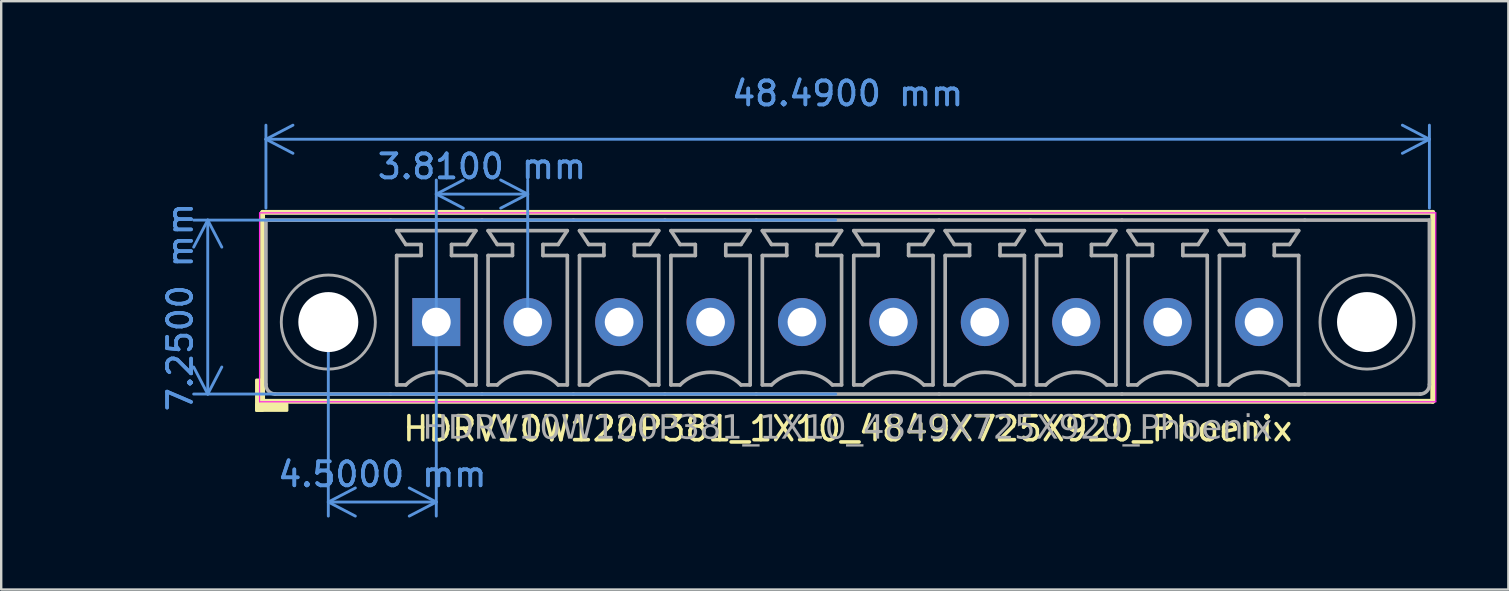
<source format=kicad_pcb>
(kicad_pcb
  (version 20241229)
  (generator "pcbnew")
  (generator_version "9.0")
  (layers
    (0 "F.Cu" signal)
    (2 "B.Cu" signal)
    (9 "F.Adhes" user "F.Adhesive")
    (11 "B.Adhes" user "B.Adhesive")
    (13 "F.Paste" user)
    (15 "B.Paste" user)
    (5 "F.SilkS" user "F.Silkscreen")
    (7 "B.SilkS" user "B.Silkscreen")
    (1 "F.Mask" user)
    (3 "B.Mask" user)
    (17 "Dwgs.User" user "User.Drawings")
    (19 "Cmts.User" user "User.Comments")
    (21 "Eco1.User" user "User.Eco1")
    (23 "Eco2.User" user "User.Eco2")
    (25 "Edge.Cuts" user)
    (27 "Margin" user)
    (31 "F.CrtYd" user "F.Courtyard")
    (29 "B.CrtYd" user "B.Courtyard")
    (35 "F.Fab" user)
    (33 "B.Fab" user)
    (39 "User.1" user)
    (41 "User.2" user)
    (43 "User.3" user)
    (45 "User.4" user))
  (footprint "HDRV10W120P381_1X10_4849X725X920_Phoenix"
    (layer "F.Cu")
    (at 32.278 10.373)
    (property "Reference" "HDRV10W120P381_1X10_4849X725X920_Phoenix" (at 0 4.445 0) (layer "F.SilkS") (effects (font (size 1 1) (thickness 0.15))))
    (attr through_hole)
    (fp_line (start -24.384 -4.572) (end -24.384 3.302) (stroke (width 0.203) (type solid)) (layer "F.SilkS"))
    (fp_line (start -24.384 3.302) (end 24.384 3.302) (stroke (width 0.203) (type solid)) (layer "F.SilkS"))
    (fp_line (start 24.384 -4.572) (end -24.384 -4.572) (stroke (width 0.203) (type solid)) (layer "F.SilkS"))
    (fp_line (start 24.384 -4.572) (end 24.384 3.302) (stroke (width 0.203) (type solid)) (layer "F.SilkS"))
    (fp_rect (start -24.384 2.413) (end -24.638 3.683) (stroke (width 0.12) (type solid)) (fill yes) (layer "F.SilkS"))
    (fp_rect (start -23.368 3.683) (end -24.638 3.429) (stroke (width 0.12) (type solid)) (fill yes) (layer "F.SilkS"))
    (fp_line (start -24.511 3.322) (end -24.511 -4.552) (stroke (width 0.05) (type solid)) (layer "F.CrtYd"))
    (fp_line (start 24.511 -4.552) (end -24.511 -4.552) (stroke (width 0.05) (type solid)) (layer "F.CrtYd"))
    (fp_line (start 24.511 3.322) (end -24.511 3.322) (stroke (width 0.05) (type solid)) (layer "F.CrtYd"))
    (fp_line (start 24.511 3.322) (end 24.511 -4.552) (stroke (width 0.05) (type solid)) (layer "F.CrtYd"))
    (fp_line (start -24.245 -4.25) (end -24.245 2.6) (stroke (width 0.152) (type solid)) (layer "F.Fab"))
    (fp_line (start -24.245 -4.25) (end -19.05 -4.25) (stroke (width 0.152) (type solid)) (layer "F.Fab"))
    (fp_line (start -19.05 3) (end -23.864 3) (stroke (width 0.152) (type solid)) (layer "F.Fab"))
    (fp_line (start -18.796 -3.81) (end -15.494 -3.81) (stroke (width 0.152) (type default)) (layer "F.Fab"))
    (fp_line (start -18.796 -2.774) (end -17.78 -2.774) (stroke (width 0.152) (type default)) (layer "F.Fab"))
    (fp_line (start -18.796 2.619) (end -18.796 -2.774) (stroke (width 0.152) (type default)) (layer "F.Fab"))
    (fp_line (start -18.415 -3.234) (end -18.796 -3.81) (stroke (width 0.152) (type default)) (layer "F.Fab"))
    (fp_line (start -18.415 2.619) (end -18.796 2.619) (stroke (width 0.152) (type default)) (layer "F.Fab"))
    (fp_line (start -17.78 -3.234) (end -18.415 -3.234) (stroke (width 0.152) (type default)) (layer "F.Fab"))
    (fp_line (start -17.78 -2.774) (end -17.78 -3.234) (stroke (width 0.152) (type default)) (layer "F.Fab"))
    (fp_line (start -16.51 -3.234) (end -15.875 -3.234) (stroke (width 0.152) (type default)) (layer "F.Fab"))
    (fp_line (start -16.51 -2.774) (end -16.51 -3.234) (stroke (width 0.152) (type default)) (layer "F.Fab"))
    (fp_line (start -15.875 -3.234) (end -15.494 -3.81) (stroke (width 0.152) (type default)) (layer "F.Fab"))
    (fp_line (start -15.875 2.619) (end -15.494 2.619) (stroke (width 0.152) (type default)) (layer "F.Fab"))
    (fp_line (start -15.494 -2.774) (end -16.51 -2.774) (stroke (width 0.152) (type default)) (layer "F.Fab"))
    (fp_line (start -15.494 2.619) (end -15.494 -2.774) (stroke (width 0.152) (type default)) (layer "F.Fab"))
    (fp_line (start -15.24 -4.25) (end -19.05 -4.25) (stroke (width 0.152) (type solid)) (layer "F.Fab"))
    (fp_line (start -15.24 -4.25) (end -11.43 -4.25) (stroke (width 0.152) (type solid)) (layer "F.Fab"))
    (fp_line (start -15.24 3) (end -19.05 3) (stroke (width 0.152) (type solid)) (layer "F.Fab"))
    (fp_line (start -15.24 3) (end -11.43 3) (stroke (width 0.152) (type solid)) (layer "F.Fab"))
    (fp_line (start -14.986 -2.774) (end -13.97 -2.774) (stroke (width 0.152) (type default)) (layer "F.Fab"))
    (fp_line (start -14.986 2.619) (end -14.986 -2.774) (stroke (width 0.152) (type default)) (layer "F.Fab"))
    (fp_line (start -14.605 -3.234) (end -14.986 -3.81) (stroke (width 0.152) (type default)) (layer "F.Fab"))
    (fp_line (start -14.605 2.619) (end -14.986 2.619) (stroke (width 0.152) (type default)) (layer "F.Fab"))
    (fp_line (start -13.97 -3.234) (end -14.605 -3.234) (stroke (width 0.152) (type default)) (layer "F.Fab"))
    (fp_line (start -13.97 -2.774) (end -13.97 -3.234) (stroke (width 0.152) (type default)) (layer "F.Fab"))
    (fp_line (start -12.7 -3.234) (end -12.065 -3.234) (stroke (width 0.152) (type default)) (layer "F.Fab"))
    (fp_line (start -12.7 -2.774) (end -12.7 -3.234) (stroke (width 0.152) (type default)) (layer "F.Fab"))
    (fp_line (start -12.065 -3.234) (end -11.684 -3.81) (stroke (width 0.152) (type default)) (layer "F.Fab"))
    (fp_line (start -12.065 2.619) (end -11.684 2.619) (stroke (width 0.152) (type default)) (layer "F.Fab"))
    (fp_line (start -11.684 -3.81) (end -14.986 -3.81) (stroke (width 0.152) (type default)) (layer "F.Fab"))
    (fp_line (start -11.684 -2.774) (end -12.7 -2.774) (stroke (width 0.152) (type default)) (layer "F.Fab"))
    (fp_line (start -11.684 2.619) (end -11.684 -2.774) (stroke (width 0.152) (type default)) (layer "F.Fab"))
    (fp_line (start -11.43 -4.25) (end -7.62 -4.25) (stroke (width 0.152) (type solid)) (layer "F.Fab"))
    (fp_line (start -11.43 3) (end -7.62 3) (stroke (width 0.152) (type solid)) (layer "F.Fab"))
    (fp_line (start -11.176 -2.774) (end -10.16 -2.774) (stroke (width 0.152) (type default)) (layer "F.Fab"))
    (fp_line (start -11.176 2.619) (end -11.176 -2.774) (stroke (width 0.152) (type default)) (layer "F.Fab"))
    (fp_line (start -10.795 -3.234) (end -11.176 -3.81) (stroke (width 0.152) (type default)) (layer "F.Fab"))
    (fp_line (start -10.795 2.619) (end -11.176 2.619) (stroke (width 0.152) (type default)) (layer "F.Fab"))
    (fp_line (start -10.16 -3.234) (end -10.795 -3.234) (stroke (width 0.152) (type default)) (layer "F.Fab"))
    (fp_line (start -10.16 -2.774) (end -10.16 -3.234) (stroke (width 0.152) (type default)) (layer "F.Fab"))
    (fp_line (start -8.89 -3.234) (end -8.255 -3.234) (stroke (width 0.152) (type default)) (layer "F.Fab"))
    (fp_line (start -8.89 -2.774) (end -8.89 -3.234) (stroke (width 0.152) (type default)) (layer "F.Fab"))
    (fp_line (start -8.255 -3.234) (end -7.874 -3.81) (stroke (width 0.152) (type default)) (layer "F.Fab"))
    (fp_line (start -8.255 2.619) (end -7.874 2.619) (stroke (width 0.152) (type default)) (layer "F.Fab"))
    (fp_line (start -7.874 -3.81) (end -11.176 -3.81) (stroke (width 0.152) (type default)) (layer "F.Fab"))
    (fp_line (start -7.874 -2.774) (end -8.89 -2.774) (stroke (width 0.152) (type default)) (layer "F.Fab"))
    (fp_line (start -7.874 2.619) (end -7.874 -2.774) (stroke (width 0.152) (type default)) (layer "F.Fab"))
    (fp_line (start -7.62 -4.25) (end -3.81 -4.25) (stroke (width 0.152) (type solid)) (layer "F.Fab"))
    (fp_line (start -7.62 3) (end -3.81 3) (stroke (width 0.152) (type solid)) (layer "F.Fab"))
    (fp_line (start -7.366 -2.774) (end -6.35 -2.774) (stroke (width 0.152) (type default)) (layer "F.Fab"))
    (fp_line (start -7.366 2.619) (end -7.366 -2.774) (stroke (width 0.152) (type default)) (layer "F.Fab"))
    (fp_line (start -6.985 -3.234) (end -7.366 -3.81) (stroke (width 0.152) (type default)) (layer "F.Fab"))
    (fp_line (start -6.985 2.619) (end -7.366 2.619) (stroke (width 0.152) (type default)) (layer "F.Fab"))
    (fp_line (start -6.35 -3.234) (end -6.985 -3.234) (stroke (width 0.152) (type default)) (layer "F.Fab"))
    (fp_line (start -6.35 -2.774) (end -6.35 -3.234) (stroke (width 0.152) (type default)) (layer "F.Fab"))
    (fp_line (start -5.08 -3.234) (end -4.445 -3.234) (stroke (width 0.152) (type default)) (layer "F.Fab"))
    (fp_line (start -5.08 -2.774) (end -5.08 -3.234) (stroke (width 0.152) (type default)) (layer "F.Fab"))
    (fp_line (start -4.445 -3.234) (end -4.064 -3.81) (stroke (width 0.152) (type default)) (layer "F.Fab"))
    (fp_line (start -4.445 2.619) (end -4.064 2.619) (stroke (width 0.152) (type default)) (layer "F.Fab"))
    (fp_line (start -4.064 -3.81) (end -7.366 -3.81) (stroke (width 0.152) (type default)) (layer "F.Fab"))
    (fp_line (start -4.064 -2.774) (end -5.08 -2.774) (stroke (width 0.152) (type default)) (layer "F.Fab"))
    (fp_line (start -4.064 2.619) (end -4.064 -2.774) (stroke (width 0.152) (type default)) (layer "F.Fab"))
    (fp_line (start -3.81 -4.25) (end 3.81 -4.25) (stroke (width 0.152) (type solid)) (layer "F.Fab"))
    (fp_line (start -3.81 3) (end 3.81 3) (stroke (width 0.152) (type solid)) (layer "F.Fab"))
    (fp_line (start -3.556 -2.774) (end -2.54 -2.774) (stroke (width 0.152) (type default)) (layer "F.Fab"))
    (fp_line (start -3.556 2.619) (end -3.556 -2.774) (stroke (width 0.152) (type default)) (layer "F.Fab"))
    (fp_line (start -3.175 -3.234) (end -3.556 -3.81) (stroke (width 0.152) (type default)) (layer "F.Fab"))
    (fp_line (start -3.175 2.619) (end -3.556 2.619) (stroke (width 0.152) (type default)) (layer "F.Fab"))
    (fp_line (start -2.54 -3.234) (end -3.175 -3.234) (stroke (width 0.152) (type default)) (layer "F.Fab"))
    (fp_line (start -2.54 -2.774) (end -2.54 -3.234) (stroke (width 0.152) (type default)) (layer "F.Fab"))
    (fp_line (start -1.27 -3.234) (end -0.635 -3.234) (stroke (width 0.152) (type default)) (layer "F.Fab"))
    (fp_line (start -1.27 -2.774) (end -1.27 -3.234) (stroke (width 0.152) (type default)) (layer "F.Fab"))
    (fp_line (start -0.635 -3.234) (end -0.254 -3.81) (stroke (width 0.152) (type default)) (layer "F.Fab"))
    (fp_line (start -0.635 2.619) (end -0.254 2.619) (stroke (width 0.152) (type default)) (layer "F.Fab"))
    (fp_line (start -0.254 -3.81) (end -3.556 -3.81) (stroke (width 0.152) (type default)) (layer "F.Fab"))
    (fp_line (start -0.254 -2.774) (end -1.27 -2.774) (stroke (width 0.152) (type default)) (layer "F.Fab"))
    (fp_line (start -0.254 2.619) (end -0.254 -2.774) (stroke (width 0.152) (type default)) (layer "F.Fab"))
    (fp_line (start 0.254 -2.774) (end 1.27 -2.774) (stroke (width 0.152) (type default)) (layer "F.Fab"))
    (fp_line (start 0.254 2.619) (end 0.254 -2.774) (stroke (width 0.152) (type default)) (layer "F.Fab"))
    (fp_line (start 0.635 -3.234) (end 0.254 -3.81) (stroke (width 0.152) (type default)) (layer "F.Fab"))
    (fp_line (start 0.635 2.619) (end 0.254 2.619) (stroke (width 0.152) (type default)) (layer "F.Fab"))
    (fp_line (start 1.27 -3.234) (end 0.635 -3.234) (stroke (width 0.152) (type default)) (layer "F.Fab"))
    (fp_line (start 1.27 -2.774) (end 1.27 -3.234) (stroke (width 0.152) (type default)) (layer "F.Fab"))
    (fp_line (start 2.54 -3.234) (end 3.175 -3.234) (stroke (width 0.152) (type default)) (layer "F.Fab"))
    (fp_line (start 2.54 -2.774) (end 2.54 -3.234) (stroke (width 0.152) (type default)) (layer "F.Fab"))
    (fp_line (start 3.175 -3.234) (end 3.556 -3.81) (stroke (width 0.152) (type default)) (layer "F.Fab"))
    (fp_line (start 3.175 2.619) (end 3.556 2.619) (stroke (width 0.152) (type default)) (layer "F.Fab"))
    (fp_line (start 3.556 -3.81) (end 0.254 -3.81) (stroke (width 0.152) (type default)) (layer "F.Fab"))
    (fp_line (start 3.556 -2.774) (end 2.54 -2.774) (stroke (width 0.152) (type default)) (layer "F.Fab"))
    (fp_line (start 3.556 2.619) (end 3.556 -2.774) (stroke (width 0.152) (type default)) (layer "F.Fab"))
    (fp_line (start 3.81 -4.25) (end 7.62 -4.25) (stroke (width 0.152) (type solid)) (layer "F.Fab"))
    (fp_line (start 3.81 3) (end 7.62 3) (stroke (width 0.152) (type solid)) (layer "F.Fab"))
    (fp_line (start 4.064 -2.774) (end 5.08 -2.774) (stroke (width 0.152) (type default)) (layer "F.Fab"))
    (fp_line (start 4.064 2.619) (end 4.064 -2.774) (stroke (width 0.152) (type default)) (layer "F.Fab"))
    (fp_line (start 4.445 -3.234) (end 4.064 -3.81) (stroke (width 0.152) (type default)) (layer "F.Fab"))
    (fp_line (start 4.445 2.619) (end 4.064 2.619) (stroke (width 0.152) (type default)) (layer "F.Fab"))
    (fp_line (start 5.08 -3.234) (end 4.445 -3.234) (stroke (width 0.152) (type default)) (layer "F.Fab"))
    (fp_line (start 5.08 -2.774) (end 5.08 -3.234) (stroke (width 0.152) (type default)) (layer "F.Fab"))
    (fp_line (start 6.35 -3.234) (end 6.985 -3.234) (stroke (width 0.152) (type default)) (layer "F.Fab"))
    (fp_line (start 6.35 -2.774) (end 6.35 -3.234) (stroke (width 0.152) (type default)) (layer "F.Fab"))
    (fp_line (start 6.985 -3.234) (end 7.366 -3.81) (stroke (width 0.152) (type default)) (layer "F.Fab"))
    (fp_line (start 6.985 2.619) (end 7.366 2.619) (stroke (width 0.152) (type default)) (layer "F.Fab"))
    (fp_line (start 7.366 -3.81) (end 4.064 -3.81) (stroke (width 0.152) (type default)) (layer "F.Fab"))
    (fp_line (start 7.366 -2.774) (end 6.35 -2.774) (stroke (width 0.152) (type default)) (layer "F.Fab"))
    (fp_line (start 7.366 2.619) (end 7.366 -2.774) (stroke (width 0.152) (type default)) (layer "F.Fab"))
    (fp_line (start 7.62 -4.25) (end 11.43 -4.25) (stroke (width 0.152) (type solid)) (layer "F.Fab"))
    (fp_line (start 7.62 3) (end 11.43 3) (stroke (width 0.152) (type solid)) (layer "F.Fab"))
    (fp_line (start 7.874 -2.774) (end 8.89 -2.774) (stroke (width 0.152) (type default)) (layer "F.Fab"))
    (fp_line (start 7.874 2.619) (end 7.874 -2.774) (stroke (width 0.152) (type default)) (layer "F.Fab"))
    (fp_line (start 8.255 -3.234) (end 7.874 -3.81) (stroke (width 0.152) (type default)) (layer "F.Fab"))
    (fp_line (start 8.255 2.619) (end 7.874 2.619) (stroke (width 0.152) (type default)) (layer "F.Fab"))
    (fp_line (start 8.89 -3.234) (end 8.255 -3.234) (stroke (width 0.152) (type default)) (layer "F.Fab"))
    (fp_line (start 8.89 -2.774) (end 8.89 -3.234) (stroke (width 0.152) (type default)) (layer "F.Fab"))
    (fp_line (start 10.16 -3.234) (end 10.795 -3.234) (stroke (width 0.152) (type default)) (layer "F.Fab"))
    (fp_line (start 10.16 -2.774) (end 10.16 -3.234) (stroke (width 0.152) (type default)) (layer "F.Fab"))
    (fp_line (start 10.795 -3.234) (end 11.176 -3.81) (stroke (width 0.152) (type default)) (layer "F.Fab"))
    (fp_line (start 10.795 2.619) (end 11.176 2.619) (stroke (width 0.152) (type default)) (layer "F.Fab"))
    (fp_line (start 11.176 -3.81) (end 7.874 -3.81) (stroke (width 0.152) (type default)) (layer "F.Fab"))
    (fp_line (start 11.176 -2.774) (end 10.16 -2.774) (stroke (width 0.152) (type default)) (layer "F.Fab"))
    (fp_line (start 11.176 2.619) (end 11.176 -2.774) (stroke (width 0.152) (type default)) (layer "F.Fab"))
    (fp_line (start 11.43 -4.25) (end 19.05 -4.25) (stroke (width 0.152) (type solid)) (layer "F.Fab"))
    (fp_line (start 11.43 3) (end 19.05 3) (stroke (width 0.152) (type solid)) (layer "F.Fab"))
    (fp_line (start 11.684 -2.774) (end 12.7 -2.774) (stroke (width 0.152) (type default)) (layer "F.Fab"))
    (fp_line (start 11.684 2.619) (end 11.684 -2.774) (stroke (width 0.152) (type default)) (layer "F.Fab"))
    (fp_line (start 12.065 -3.234) (end 11.684 -3.81) (stroke (width 0.152) (type default)) (layer "F.Fab"))
    (fp_line (start 12.065 2.619) (end 11.684 2.619) (stroke (width 0.152) (type default)) (layer "F.Fab"))
    (fp_line (start 12.7 -3.234) (end 12.065 -3.234) (stroke (width 0.152) (type default)) (layer "F.Fab"))
    (fp_line (start 12.7 -2.774) (end 12.7 -3.234) (stroke (width 0.152) (type default)) (layer "F.Fab"))
    (fp_line (start 13.97 -3.234) (end 14.605 -3.234) (stroke (width 0.152) (type default)) (layer "F.Fab"))
    (fp_line (start 13.97 -2.774) (end 13.97 -3.234) (stroke (width 0.152) (type default)) (layer "F.Fab"))
    (fp_line (start 14.605 -3.234) (end 14.986 -3.81) (stroke (width 0.152) (type default)) (layer "F.Fab"))
    (fp_line (start 14.605 2.619) (end 14.986 2.619) (stroke (width 0.152) (type default)) (layer "F.Fab"))
    (fp_line (start 14.986 -3.81) (end 11.684 -3.81) (stroke (width 0.152) (type default)) (layer "F.Fab"))
    (fp_line (start 14.986 -2.774) (end 13.97 -2.774) (stroke (width 0.152) (type default)) (layer "F.Fab"))
    (fp_line (start 14.986 2.619) (end 14.986 -2.774) (stroke (width 0.152) (type default)) (layer "F.Fab"))
    (fp_line (start 15.494 -2.774) (end 16.51 -2.774) (stroke (width 0.152) (type default)) (layer "F.Fab"))
    (fp_line (start 15.494 2.619) (end 15.494 -2.774) (stroke (width 0.152) (type default)) (layer "F.Fab"))
    (fp_line (start 15.875 -3.234) (end 15.494 -3.81) (stroke (width 0.152) (type default)) (layer "F.Fab"))
    (fp_line (start 15.875 2.619) (end 15.494 2.619) (stroke (width 0.152) (type default)) (layer "F.Fab"))
    (fp_line (start 16.51 -3.234) (end 15.875 -3.234) (stroke (width 0.152) (type default)) (layer "F.Fab"))
    (fp_line (start 16.51 -2.774) (end 16.51 -3.234) (stroke (width 0.152) (type default)) (layer "F.Fab"))
    (fp_line (start 17.78 -3.234) (end 18.415 -3.234) (stroke (width 0.152) (type default)) (layer "F.Fab"))
    (fp_line (start 17.78 -2.774) (end 17.78 -3.234) (stroke (width 0.152) (type default)) (layer "F.Fab"))
    (fp_line (start 18.415 -3.234) (end 18.796 -3.81) (stroke (width 0.152) (type default)) (layer "F.Fab"))
    (fp_line (start 18.415 2.619) (end 18.796 2.619) (stroke (width 0.152) (type default)) (layer "F.Fab"))
    (fp_line (start 18.796 -3.81) (end 15.494 -3.81) (stroke (width 0.152) (type default)) (layer "F.Fab"))
    (fp_line (start 18.796 -2.774) (end 17.78 -2.774) (stroke (width 0.152) (type default)) (layer "F.Fab"))
    (fp_line (start 18.796 2.619) (end 18.796 -2.774) (stroke (width 0.152) (type default)) (layer "F.Fab"))
    (fp_line (start 19.05 3) (end 23.864 3) (stroke (width 0.152) (type solid)) (layer "F.Fab"))
    (fp_line (start 24.245 -4.25) (end 19.05 -4.25) (stroke (width 0.152) (type solid)) (layer "F.Fab"))
    (fp_line (start 24.245 -4.25) (end 24.245 2.6) (stroke (width 0.152) (type solid)) (layer "F.Fab"))
    (fp_rect (start -17.399 -0.254) (end -16.891 0.254) (stroke (width 0.152) (type solid)) (fill no) (layer "F.Fab"))
    (fp_rect (start -13.081 -0.254) (end -13.589 0.254) (stroke (width 0.152) (type solid)) (fill no) (layer "F.Fab"))
    (fp_rect (start -9.271 -0.254) (end -9.779 0.254) (stroke (width 0.152) (type solid)) (fill no) (layer "F.Fab"))
    (fp_rect (start -5.461 -0.254) (end -5.969 0.254) (stroke (width 0.152) (type solid)) (fill no) (layer "F.Fab"))
    (fp_rect (start -1.651 -0.254) (end -2.159 0.254) (stroke (width 0.152) (type solid)) (fill no) (layer "F.Fab"))
    (fp_rect (start 2.159 -0.254) (end 1.651 0.254) (stroke (width 0.152) (type solid)) (fill no) (layer "F.Fab"))
    (fp_rect (start 5.969 -0.254) (end 5.461 0.254) (stroke (width 0.152) (type solid)) (fill no) (layer "F.Fab"))
    (fp_rect (start 9.779 -0.254) (end 9.271 0.254) (stroke (width 0.152) (type solid)) (fill no) (layer "F.Fab"))
    (fp_rect (start 13.589 -0.254) (end 13.081 0.254) (stroke (width 0.152) (type solid)) (fill no) (layer "F.Fab"))
    (fp_rect (start 17.399 -0.254) (end 16.891 0.254) (stroke (width 0.152) (type solid)) (fill no) (layer "F.Fab"))
    (fp_arc (start -23.864 3) (mid -24.137342 2.878907) (end -24.245 2.6) (stroke (width 0.1524) (type solid)) (layer "F.Fab"))
    (fp_arc (start -18.415 2.619) (mid -17.145 2.092948) (end -15.875 2.619) (stroke (width 0.1524) (type default)) (layer "F.Fab"))
    (fp_arc (start -14.605 2.619) (mid -13.335 2.092948) (end -12.065 2.619) (stroke (width 0.1524) (type default)) (layer "F.Fab"))
    (fp_arc (start -10.795 2.619) (mid -9.525 2.092948) (end -8.255 2.619) (stroke (width 0.1524) (type default)) (layer "F.Fab"))
    (fp_arc (start -6.985 2.619) (mid -5.715 2.092948) (end -4.445 2.619) (stroke (width 0.1524) (type default)) (layer "F.Fab"))
    (fp_arc (start -3.175 2.619) (mid -1.905 2.092948) (end -0.635 2.619) (stroke (width 0.1524) (type default)) (layer "F.Fab"))
    (fp_arc (start 0.635 2.619) (mid 1.905 2.092948) (end 3.175 2.619) (stroke (width 0.1524) (type default)) (layer "F.Fab"))
    (fp_arc (start 4.445 2.619) (mid 5.715 2.092948) (end 6.985 2.619) (stroke (width 0.1524) (type default)) (layer "F.Fab"))
    (fp_arc (start 8.255 2.619) (mid 9.525 2.092948) (end 10.795 2.619) (stroke (width 0.1524) (type default)) (layer "F.Fab"))
    (fp_arc (start 12.065 2.619) (mid 13.335 2.092948) (end 14.605 2.619) (stroke (width 0.1524) (type default)) (layer "F.Fab"))
    (fp_arc (start 15.875 2.619) (mid 17.145 2.092948) (end 18.415 2.619) (stroke (width 0.1524) (type default)) (layer "F.Fab"))
    (fp_arc (start 24.245 2.6) (mid 24.137343 2.878908) (end 23.864 3) (stroke (width 0.1524) (type solid)) (layer "F.Fab"))
    (fp_circle (center -21.645 0) (end -19.685 0) (stroke (width 0.12) (type default)) (fill no) (layer "F.Fab"))
    (fp_circle (center 21.645 0) (end 19.685 0) (stroke (width 0.12) (type default)) (fill no) (layer "F.Fab"))
    (fp_text user "${REFERENCE}" (at 0 4.445 0) (layer "F.Fab") (effects (font (face "Tahoma") (size 1 1) (thickness 0.15))))
    (dimension (type aligned) (layer "Cmts.User") (pts (xy 32.278 13.373) (xy 32.278 6.123)) (height -26.67) (format (prefix "") (suffix "") (units 3) (units_format 1) (precision 4)) (style (thickness 0.12) (arrow_length 1.27) (text_position_mode 0) (arrow_direction outward) (extension_height 0.586) (extension_offset 0.5) (keep_text_aligned yes)) (gr_text "7.2500 mm" (at 4.458 9.748 90) (layer "Cmts.User") (effects (font (size 1 1) (thickness 0.15)))))
    (dimension (type aligned) (layer "Cmts.User") (pts (xy 15.133 10.373) (xy 10.633 10.373)) (height -7.5) (format (prefix "") (suffix "") (units 3) (units_format 1) (precision 4)) (style (thickness 0.12) (arrow_length 1.27) (text_position_mode 0) (arrow_direction outward) (extension_height 0.586) (extension_offset 0.5) (keep_text_aligned yes)) (gr_text "4.5000 mm" (at 12.883 16.723 0) (layer "Cmts.User") (effects (font (size 1 1) (thickness 0.15)))))
    (dimension (type aligned) (layer "Cmts.User") (pts (xy 15.133 10.373) (xy 18.943 10.373)) (height -5.334) (format (prefix "") (suffix "") (units 3) (units_format 1) (precision 4)) (style (thickness 0.12) (arrow_length 1.27) (text_position_mode 0) (arrow_direction outward) (extension_height 0.586) (extension_offset 0.5) (keep_text_aligned yes)) (gr_text "3.8100 mm" (at 17.038 3.889 0) (layer "Cmts.User") (effects (font (size 1 1) (thickness 0.15)))))
    (dimension (type aligned) (layer "Cmts.User") (pts (xy 8.033 6.123) (xy 56.523 6.123)) (height -3.37) (format (prefix "") (suffix "") (units 3) (units_format 1) (precision 4)) (style (thickness 0.12) (arrow_length 1.27) (text_position_mode 2) (arrow_direction outward) (extension_height 0.586) (extension_offset 0.5) (keep_text_aligned yes)) (gr_text "48.4900 mm" (at 32.278 0.848 0) (layer "Cmts.User") (effects (font (size 1 1) (thickness 0.15)))))
    (pad "" np_thru_hole circle (at -21.645 0) (size 2.5 2.5) (drill 2.5) (layers "*.Cu" "*.Mask"))
    (pad "" np_thru_hole circle (at 21.645 0) (size 2.5 2.5) (drill 2.5) (layers "*.Cu" "*.Mask"))
    (pad "1" thru_hole rect (at -17.145 0) (size 2 2) (drill 1.2) (layers "*.Cu" "*.Mask"))
    (pad "2" thru_hole circle (at -13.335 0) (size 2 2) (drill 1.2) (layers "*.Cu" "*.Mask"))
    (pad "3" thru_hole circle (at -9.525 0) (size 2 2) (drill 1.2) (layers "*.Cu" "*.Mask"))
    (pad "4" thru_hole circle (at -5.715 0) (size 2 2) (drill 1.2) (layers "*.Cu" "*.Mask"))
    (pad "5" thru_hole circle (at -1.905 0) (size 2 2) (drill 1.2) (layers "*.Cu" "*.Mask"))
    (pad "6" thru_hole circle (at 1.905 0) (size 2 2) (drill 1.2) (layers "*.Cu" "*.Mask"))
    (pad "7" thru_hole circle (at 5.715 0) (size 2 2) (drill 1.2) (layers "*.Cu" "*.Mask"))
    (pad "8" thru_hole circle (at 9.525 0) (size 2 2) (drill 1.2) (layers "*.Cu" "*.Mask"))
    (pad "9" thru_hole circle (at 13.335 0) (size 2 2) (drill 1.2) (layers "*.Cu" "*.Mask"))
    (pad "10" thru_hole circle (at 17.145 0) (size 2 2) (drill 1.2) (layers "*.Cu" "*.Mask")))
  (gr_rect
    (start -3 -3)
    (end 59.814 21.52)
    (stroke (width 0.1) (type default))
    (fill no)
    (layer "Edge.Cuts")))
</source>
